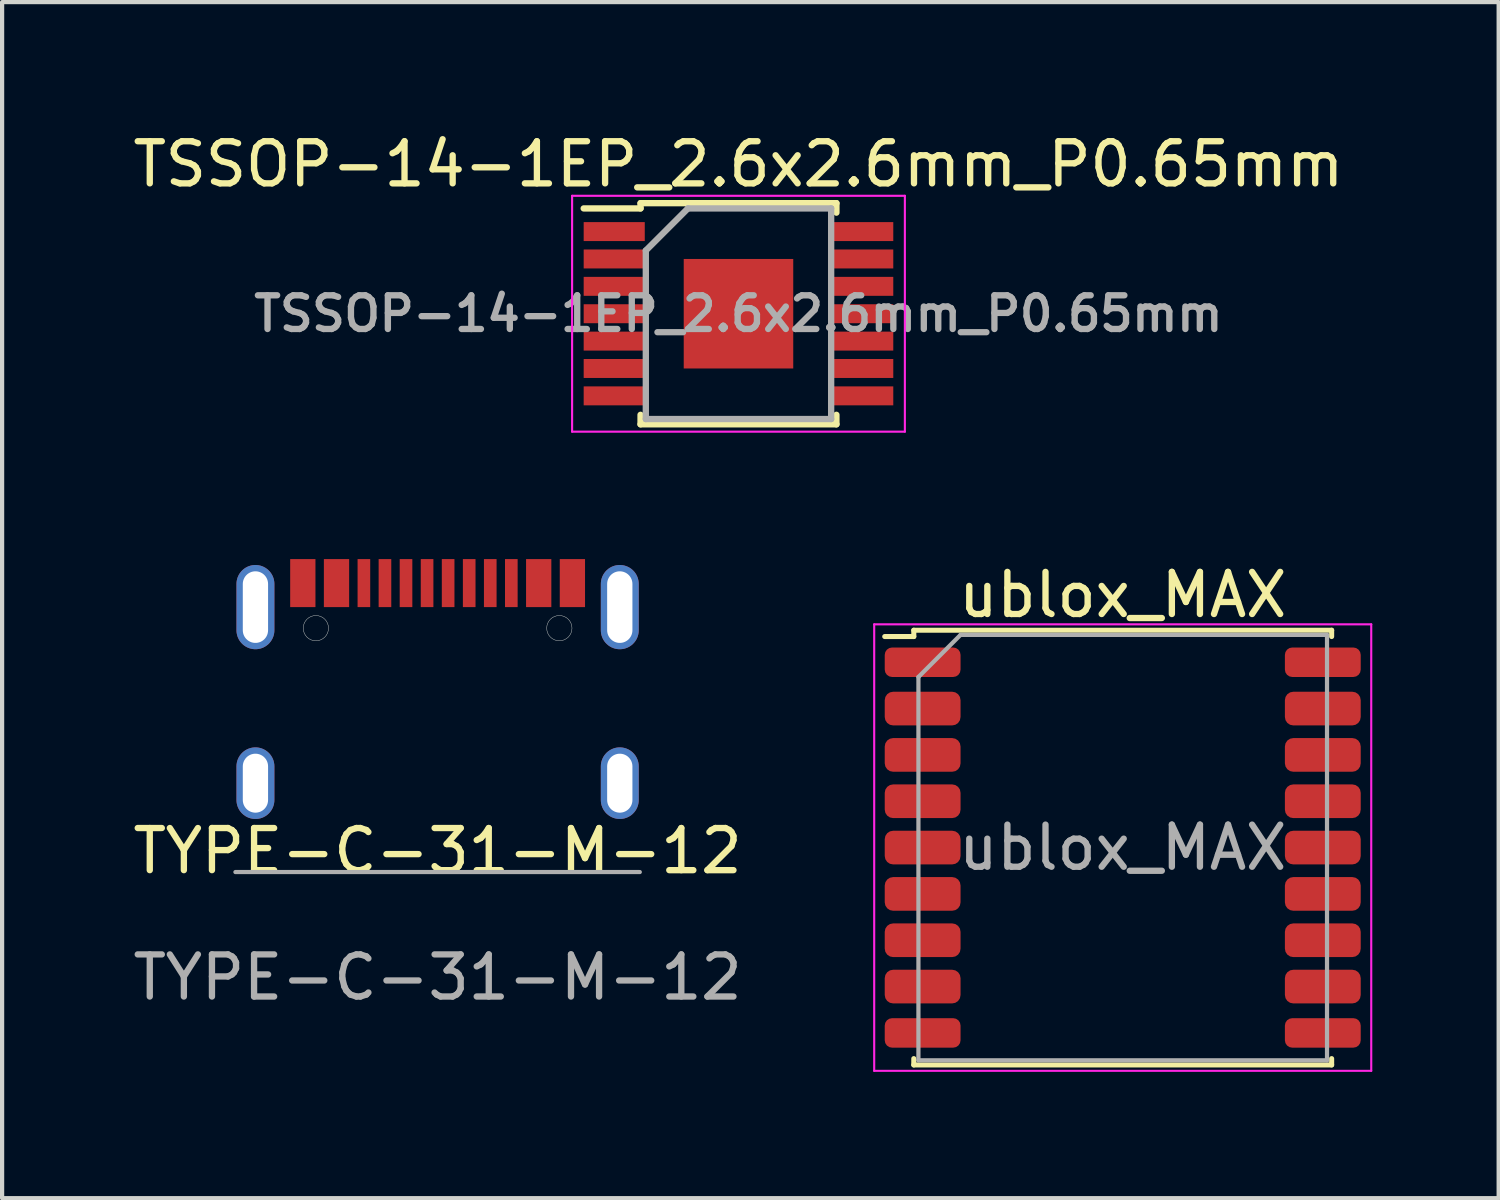
<source format=kicad_pcb>
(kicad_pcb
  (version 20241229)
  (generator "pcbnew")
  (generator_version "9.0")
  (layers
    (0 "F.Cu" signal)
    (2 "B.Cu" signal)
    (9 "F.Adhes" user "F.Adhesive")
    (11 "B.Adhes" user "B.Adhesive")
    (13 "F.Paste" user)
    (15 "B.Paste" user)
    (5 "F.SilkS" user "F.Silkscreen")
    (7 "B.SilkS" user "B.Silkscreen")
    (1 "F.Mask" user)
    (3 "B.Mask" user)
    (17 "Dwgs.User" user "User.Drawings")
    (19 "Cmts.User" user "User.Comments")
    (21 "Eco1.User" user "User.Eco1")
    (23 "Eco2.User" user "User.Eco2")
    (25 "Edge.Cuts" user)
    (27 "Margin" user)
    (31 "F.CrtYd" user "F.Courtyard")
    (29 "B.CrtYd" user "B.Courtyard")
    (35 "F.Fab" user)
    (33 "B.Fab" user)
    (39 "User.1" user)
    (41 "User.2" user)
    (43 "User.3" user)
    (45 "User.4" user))
  (footprint "ublox_MAX"
    (layer "F.Cu")
    (at 23.604 17.072)
    (property "Reference" "ublox_MAX" (at 0 -6 0) (layer "F.SilkS") (effects (font (size 1 1) (thickness 0.15))))
    (attr smd)
    (fp_line (start -5.65 -5.01) (end -4.96 -5.01) (stroke (width 0.12) (type solid)) (layer "F.SilkS"))
    (fp_line (start -4.96 -5.16) (end -4.96 -5.01) (stroke (width 0.12) (type solid)) (layer "F.SilkS"))
    (fp_line (start -4.96 -5.16) (end 4.96 -5.16) (stroke (width 0.12) (type solid)) (layer "F.SilkS"))
    (fp_line (start -4.96 5.01) (end -4.96 5.16) (stroke (width 0.12) (type solid)) (layer "F.SilkS"))
    (fp_line (start -4.96 5.16) (end 4.96 5.16) (stroke (width 0.12) (type solid)) (layer "F.SilkS"))
    (fp_line (start 4.96 -5.16) (end 4.96 -5.01) (stroke (width 0.12) (type solid)) (layer "F.SilkS"))
    (fp_line (start 4.96 5.01) (end 4.96 5.16) (stroke (width 0.12) (type solid)) (layer "F.SilkS"))
    (fp_line (start -5.9 -5.3) (end -5.9 5.3) (stroke (width 0.05) (type solid)) (layer "F.CrtYd"))
    (fp_line (start -5.9 -5.3) (end 5.9 -5.3) (stroke (width 0.05) (type solid)) (layer "F.CrtYd"))
    (fp_line (start -5.9 5.3) (end 5.9 5.3) (stroke (width 0.05) (type solid)) (layer "F.CrtYd"))
    (fp_line (start 5.9 -5.3) (end 5.9 5.3) (stroke (width 0.05) (type solid)) (layer "F.CrtYd"))
    (fp_line (start -4.85 -4.05) (end -4.85 5.05) (stroke (width 0.1) (type solid)) (layer "F.Fab"))
    (fp_line (start -4.85 5.05) (end 4.85 5.05) (stroke (width 0.1) (type solid)) (layer "F.Fab"))
    (fp_line (start -3.85 -5.05) (end -4.85 -4.05) (stroke (width 0.1) (type solid)) (layer "F.Fab"))
    (fp_line (start -3.85 -5.05) (end 4.85 -5.05) (stroke (width 0.1) (type solid)) (layer "F.Fab"))
    (fp_line (start 4.85 -5.05) (end 4.85 5.05) (stroke (width 0.1) (type solid)) (layer "F.Fab"))
    (fp_text user "${REFERENCE}" (at 0 0 0) (layer "F.Fab") (effects (font (size 1 1) (thickness 0.15))))
    (pad "1" smd roundrect (at -4.75 -4.4) (size 1.8 0.7) (layers "F.Cu" "F.Mask" "F.Paste") (roundrect_rratio 0.25))
    (pad "2" smd roundrect (at -4.75 -3.3) (size 1.8 0.8) (layers "F.Cu" "F.Mask" "F.Paste") (roundrect_rratio 0.25))
    (pad "3" smd roundrect (at -4.75 -2.2) (size 1.8 0.8) (layers "F.Cu" "F.Mask" "F.Paste") (roundrect_rratio 0.25))
    (pad "4" smd roundrect (at -4.75 -1.1) (size 1.8 0.8) (layers "F.Cu" "F.Mask" "F.Paste") (roundrect_rratio 0.25))
    (pad "5" smd roundrect (at -4.75 0) (size 1.8 0.8) (layers "F.Cu" "F.Mask" "F.Paste") (roundrect_rratio 0.25))
    (pad "6" smd roundrect (at -4.75 1.1) (size 1.8 0.8) (layers "F.Cu" "F.Mask" "F.Paste") (roundrect_rratio 0.25))
    (pad "7" smd roundrect (at -4.75 2.2) (size 1.8 0.8) (layers "F.Cu" "F.Mask" "F.Paste") (roundrect_rratio 0.25))
    (pad "8" smd roundrect (at -4.75 3.3) (size 1.8 0.8) (layers "F.Cu" "F.Mask" "F.Paste") (roundrect_rratio 0.25))
    (pad "9" smd roundrect (at -4.75 4.4) (size 1.8 0.7) (layers "F.Cu" "F.Mask" "F.Paste") (roundrect_rratio 0.25))
    (pad "10" smd roundrect (at 4.75 4.4) (size 1.8 0.7) (layers "F.Cu" "F.Mask" "F.Paste") (roundrect_rratio 0.25))
    (pad "11" smd roundrect (at 4.75 3.3) (size 1.8 0.8) (layers "F.Cu" "F.Mask" "F.Paste") (roundrect_rratio 0.25))
    (pad "12" smd roundrect (at 4.75 2.2) (size 1.8 0.8) (layers "F.Cu" "F.Mask" "F.Paste") (roundrect_rratio 0.25))
    (pad "13" smd roundrect (at 4.75 1.1) (size 1.8 0.8) (layers "F.Cu" "F.Mask" "F.Paste") (roundrect_rratio 0.25))
    (pad "14" smd roundrect (at 4.75 0) (size 1.8 0.8) (layers "F.Cu" "F.Mask" "F.Paste") (roundrect_rratio 0.25))
    (pad "15" smd roundrect (at 4.75 -1.1) (size 1.8 0.8) (layers "F.Cu" "F.Mask" "F.Paste") (roundrect_rratio 0.25))
    (pad "16" smd roundrect (at 4.75 -2.2) (size 1.8 0.8) (layers "F.Cu" "F.Mask" "F.Paste") (roundrect_rratio 0.25))
    (pad "17" smd roundrect (at 4.75 -3.3) (size 1.8 0.8) (layers "F.Cu" "F.Mask" "F.Paste") (roundrect_rratio 0.25))
    (pad "18" smd roundrect (at 4.75 -4.4) (size 1.8 0.7) (layers "F.Cu" "F.Mask" "F.Paste") (roundrect_rratio 0.25)))
  (footprint "TSSOP-14-1EP_2.6x2.6mm_P0.65mm"
    (layer "F.Cu")
    (at 14.482 4.398)
    (property "Reference" "TSSOP-14-1EP_2.6x2.6mm_P0.65mm" (at 0 -3.55 0) (layer "F.SilkS") (effects (font (size 1 1) (thickness 0.15))))
    (attr smd)
    (fp_line (start -2.325 -2.625) (end -2.325 -2.5) (stroke (width 0.15) (type solid)) (layer "F.SilkS"))
    (fp_line (start -2.325 -2.625) (end 2.325 -2.625) (stroke (width 0.15) (type solid)) (layer "F.SilkS"))
    (fp_line (start -2.325 -2.5) (end -3.675 -2.5) (stroke (width 0.15) (type solid)) (layer "F.SilkS"))
    (fp_line (start -2.325 2.625) (end -2.325 2.4) (stroke (width 0.15) (type solid)) (layer "F.SilkS"))
    (fp_line (start -2.325 2.625) (end 2.325 2.625) (stroke (width 0.15) (type solid)) (layer "F.SilkS"))
    (fp_line (start 2.325 -2.625) (end 2.325 -2.4) (stroke (width 0.15) (type solid)) (layer "F.SilkS"))
    (fp_line (start 2.325 2.625) (end 2.325 2.4) (stroke (width 0.15) (type solid)) (layer "F.SilkS"))
    (fp_line (start -3.95 -2.8) (end -3.95 2.8) (stroke (width 0.05) (type solid)) (layer "F.CrtYd"))
    (fp_line (start -3.95 -2.8) (end 3.95 -2.8) (stroke (width 0.05) (type solid)) (layer "F.CrtYd"))
    (fp_line (start -3.95 2.8) (end 3.95 2.8) (stroke (width 0.05) (type solid)) (layer "F.CrtYd"))
    (fp_line (start 3.95 -2.8) (end 3.95 2.8) (stroke (width 0.05) (type solid)) (layer "F.CrtYd"))
    (fp_line (start -2.2 -1.5) (end -1.2 -2.5) (stroke (width 0.15) (type solid)) (layer "F.Fab"))
    (fp_line (start -2.2 2.5) (end -2.2 -1.5) (stroke (width 0.15) (type solid)) (layer "F.Fab"))
    (fp_line (start -1.2 -2.5) (end 2.2 -2.5) (stroke (width 0.15) (type solid)) (layer "F.Fab"))
    (fp_line (start 2.2 -2.5) (end 2.2 2.5) (stroke (width 0.15) (type solid)) (layer "F.Fab"))
    (fp_line (start 2.2 2.5) (end -2.2 2.5) (stroke (width 0.15) (type solid)) (layer "F.Fab"))
    (fp_text user "${REFERENCE}" (at 0 0 0) (layer "F.Fab") (effects (font (size 0.8 0.8) (thickness 0.15))))
    (pad "1" smd rect (at -2.95 -1.95) (size 1.45 0.45) (layers "F.Cu" "F.Mask" "F.Paste"))
    (pad "2" smd rect (at -2.95 -1.3) (size 1.45 0.45) (layers "F.Cu" "F.Mask" "F.Paste"))
    (pad "3" smd rect (at -2.95 -0.65) (size 1.45 0.45) (layers "F.Cu" "F.Mask" "F.Paste"))
    (pad "4" smd rect (at -2.95 0) (size 1.45 0.45) (layers "F.Cu" "F.Mask" "F.Paste"))
    (pad "5" smd rect (at -2.95 0.65) (size 1.45 0.45) (layers "F.Cu" "F.Mask" "F.Paste"))
    (pad "6" smd rect (at -2.95 1.3) (size 1.45 0.45) (layers "F.Cu" "F.Mask" "F.Paste"))
    (pad "7" smd rect (at -2.95 1.95) (size 1.45 0.45) (layers "F.Cu" "F.Mask" "F.Paste"))
    (pad "8" smd rect (at 2.95 1.95) (size 1.45 0.45) (layers "F.Cu" "F.Mask" "F.Paste"))
    (pad "9" smd rect (at 2.95 1.3) (size 1.45 0.45) (layers "F.Cu" "F.Mask" "F.Paste"))
    (pad "10" smd rect (at 2.95 0.65) (size 1.45 0.45) (layers "F.Cu" "F.Mask" "F.Paste"))
    (pad "11" smd rect (at 2.95 0) (size 1.45 0.45) (layers "F.Cu" "F.Mask" "F.Paste"))
    (pad "12" smd rect (at 2.95 -0.65) (size 1.45 0.45) (layers "F.Cu" "F.Mask" "F.Paste"))
    (pad "13" smd rect (at 2.95 -1.3) (size 1.45 0.45) (layers "F.Cu" "F.Mask" "F.Paste"))
    (pad "14" smd rect (at 2.95 -1.95) (size 1.45 0.45) (layers "F.Cu" "F.Mask" "F.Paste"))
    (pad "15" smd rect (at 0 0) (size 2.6 2.6) (layers "F.Cu" "F.Mask" "F.Paste")))
  (footprint "TYPE-C-31-M-12"
    (layer "F.Cu")
    (at 7.339 17.653)
    (property "Reference" "TYPE-C-31-M-12" (at 0 -0.5 0) (unlocked yes) (layer "F.SilkS") (effects (font (size 1 1) (thickness 0.15))))
    (attr smd)
    (fp_circle (center -2.89 -5.79) (end -2.59 -5.79) (stroke (width 0.01) (type solid)) (fill no) (layer "Edge.Cuts"))
    (fp_circle (center 2.89 -5.79) (end 3.19 -5.79) (stroke (width 0.01) (type solid)) (fill no) (layer "Edge.Cuts"))
    (fp_line (start -4.8 0) (end 4.8 0) (stroke (width 0.1) (type solid)) (layer "F.Fab"))
    (fp_text user "${REFERENCE}" (at 0 2.5 0) (unlocked yes) (layer "F.Fab") (effects (font (size 1 1) (thickness 0.15))))
    (pad "A1" smd rect (at -3.2 -6.86) (size 0.6 1.14) (layers "F.Cu" "F.Mask" "F.Paste"))
    (pad "A4" smd rect (at -2.4 -6.86) (size 0.6 1.14) (layers "F.Cu" "F.Mask" "F.Paste"))
    (pad "A5" smd rect (at -1.25 -6.86) (size 0.3 1.14) (layers "F.Cu" "F.Mask" "F.Paste"))
    (pad "A6" smd rect (at -0.25 -6.86) (size 0.3 1.14) (layers "F.Cu" "F.Mask" "F.Paste"))
    (pad "A7" smd rect (at 0.25 -6.86) (size 0.3 1.14) (layers "F.Cu" "F.Mask" "F.Paste"))
    (pad "A8" smd rect (at 1.25 -6.86) (size 0.3 1.14) (layers "F.Cu" "F.Mask" "F.Paste"))
    (pad "B1" smd rect (at 3.2 -6.86) (size 0.6 1.14) (layers "F.Cu" "F.Mask" "F.Paste"))
    (pad "B4" smd rect (at 2.4 -6.86) (size 0.6 1.14) (layers "F.Cu" "F.Mask" "F.Paste"))
    (pad "B5" smd rect (at 1.75 -6.86) (size 0.3 1.14) (layers "F.Cu" "F.Mask" "F.Paste"))
    (pad "B6" smd rect (at 0.75 -6.86) (size 0.3 1.14) (layers "F.Cu" "F.Mask" "F.Paste"))
    (pad "B7" smd rect (at -0.75 -6.86) (size 0.3 1.14) (layers "F.Cu" "F.Mask" "F.Paste"))
    (pad "B8" smd rect (at -1.75 -6.86) (size 0.3 1.14) (layers "F.Cu" "F.Mask" "F.Paste"))
    (pad "S1" thru_hole oval (at -4.325 -6.29) (size 0.9 2) (drill oval 0.6 1.7) (layers "*.Cu" "*.Mask"))
    (pad "S1" thru_hole oval (at -4.325 -2.11) (size 0.9 1.7) (drill oval 0.6 1.4) (layers "*.Cu" "*.Mask"))
    (pad "S1" thru_hole oval (at 4.325 -6.29) (size 0.9 2) (drill oval 0.6 1.7) (layers "*.Cu" "*.Mask"))
    (pad "S1" thru_hole oval (at 4.325 -2.11) (size 0.9 1.7) (drill oval 0.6 1.4) (layers "*.Cu" "*.Mask")))
  (gr_rect
    (start -3 -3)
    (end 32.529 25.396)
    (stroke (width 0.1) (type default))
    (fill no)
    (layer "Edge.Cuts")))
</source>
